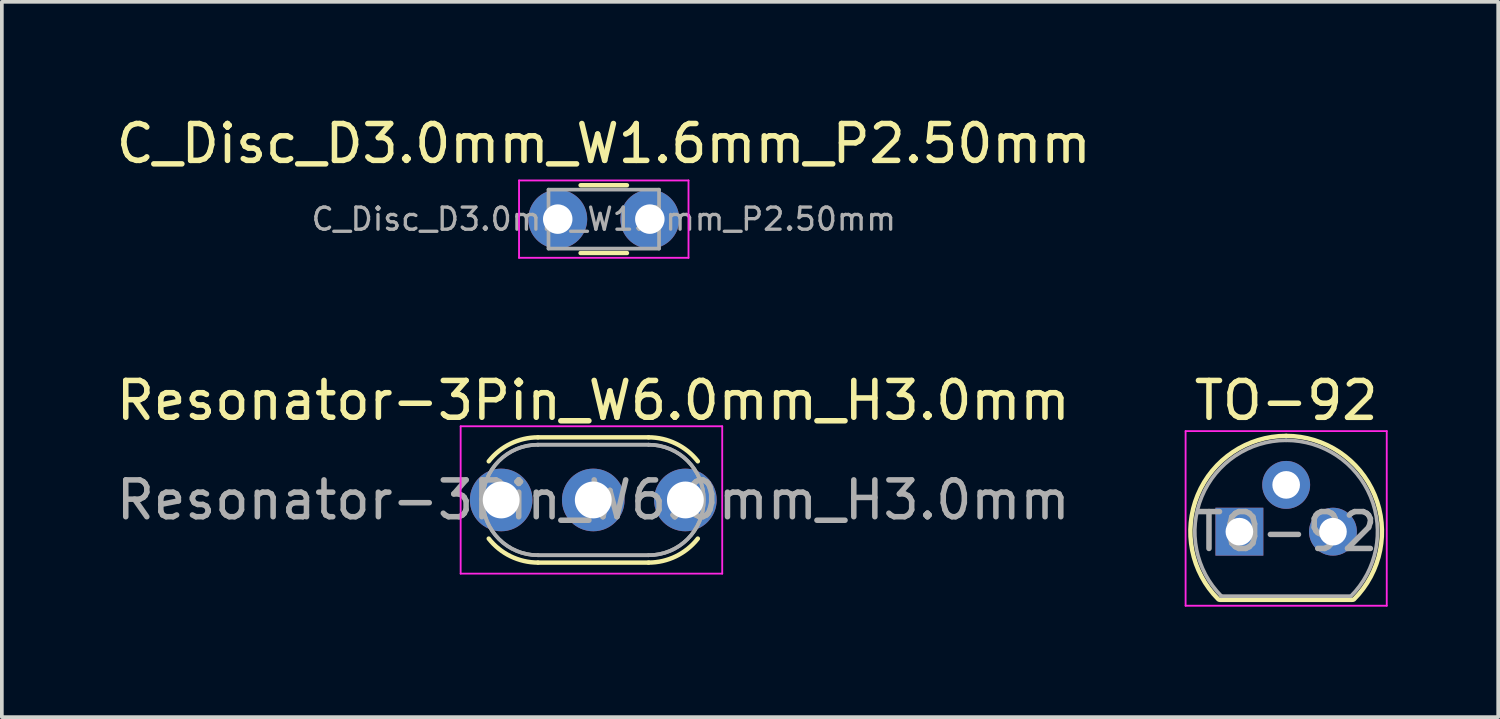
<source format=kicad_pcb>
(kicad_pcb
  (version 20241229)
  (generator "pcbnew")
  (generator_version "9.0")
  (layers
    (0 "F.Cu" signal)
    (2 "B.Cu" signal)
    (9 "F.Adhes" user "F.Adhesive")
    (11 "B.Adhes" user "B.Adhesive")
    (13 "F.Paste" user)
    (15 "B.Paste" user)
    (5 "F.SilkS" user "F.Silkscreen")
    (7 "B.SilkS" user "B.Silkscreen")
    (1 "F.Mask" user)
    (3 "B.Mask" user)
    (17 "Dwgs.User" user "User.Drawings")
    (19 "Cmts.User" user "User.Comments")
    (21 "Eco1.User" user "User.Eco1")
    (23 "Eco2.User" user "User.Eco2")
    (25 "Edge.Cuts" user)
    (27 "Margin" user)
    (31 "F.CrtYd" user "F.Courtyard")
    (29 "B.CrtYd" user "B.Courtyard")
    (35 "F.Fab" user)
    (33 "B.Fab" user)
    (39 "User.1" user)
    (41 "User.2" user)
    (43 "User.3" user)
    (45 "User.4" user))
  (footprint "Resonator-3Pin_W6.0mm_H3.0mm"
    (layer "F.Cu")
    (at 10.554 10.521)
    (property "Reference" "Resonator-3Pin_W6.0mm_H3.0mm" (at 2.5 -2.7 0) (layer "F.SilkS") (effects (font (size 1 1) (thickness 0.15))))
    (attr through_hole)
    (fp_line (start 1 -1.7) (end 4 -1.7) (stroke (width 0.12) (type solid)) (layer "F.SilkS"))
    (fp_line (start 1 1.7) (end 4 1.7) (stroke (width 0.12) (type solid)) (layer "F.SilkS"))
    (fp_arc (start -0.33779 -1.048961) (mid 0.256102 -1.5286) (end 1 -1.7) (stroke (width 0.12) (type solid)) (layer "F.SilkS"))
    (fp_arc (start 1 1.7) (mid 0.256103 1.5286) (end -0.33779 1.048961) (stroke (width 0.12) (type solid)) (layer "F.SilkS"))
    (fp_arc (start 4 -1.7) (mid 4.743897 -1.5286) (end 5.33779 -1.048961) (stroke (width 0.12) (type solid)) (layer "F.SilkS"))
    (fp_arc (start 5.33779 1.048961) (mid 4.743898 1.5286) (end 4 1.7) (stroke (width 0.12) (type solid)) (layer "F.SilkS"))
    (fp_line (start -1.1 -2) (end -1.1 2) (stroke (width 0.05) (type solid)) (layer "F.CrtYd"))
    (fp_line (start -1.1 2) (end 6 2) (stroke (width 0.05) (type solid)) (layer "F.CrtYd"))
    (fp_line (start 6 -2) (end -1.1 -2) (stroke (width 0.05) (type solid)) (layer "F.CrtYd"))
    (fp_line (start 6 2) (end 6 -2) (stroke (width 0.05) (type solid)) (layer "F.CrtYd"))
    (fp_line (start 1 -1.5) (end 4 -1.5) (stroke (width 0.1) (type solid)) (layer "F.Fab"))
    (fp_line (start 1 -1.5) (end 4 -1.5) (stroke (width 0.1) (type solid)) (layer "F.Fab"))
    (fp_line (start 1 1.5) (end 4 1.5) (stroke (width 0.1) (type solid)) (layer "F.Fab"))
    (fp_line (start 1 1.5) (end 4 1.5) (stroke (width 0.1) (type solid)) (layer "F.Fab"))
    (fp_arc (start 1 1.5) (mid -0.5 0) (end 1 -1.5) (stroke (width 0.1) (type solid)) (layer "F.Fab"))
    (fp_arc (start 1 1.5) (mid -0.5 0) (end 1 -1.5) (stroke (width 0.1) (type solid)) (layer "F.Fab"))
    (fp_arc (start 4 -1.5) (mid 5.5 0) (end 4 1.5) (stroke (width 0.1) (type solid)) (layer "F.Fab"))
    (fp_arc (start 4 -1.5) (mid 5.5 0) (end 4 1.5) (stroke (width 0.1) (type solid)) (layer "F.Fab"))
    (fp_text user "${REFERENCE}" (at 2.5 0 0) (layer "F.Fab") (effects (font (size 1 1) (thickness 0.15))))
    (pad "1" thru_hole circle (at 0 0) (size 1.7 1.7) (drill 1) (layers "*.Cu" "*.Mask"))
    (pad "2" thru_hole circle (at 2.5 0) (size 1.7 1.7) (drill 1) (layers "*.Cu" "*.Mask"))
    (pad "3" thru_hole circle (at 5 0) (size 1.7 1.7) (drill 1) (layers "*.Cu" "*.Mask")))
  (footprint "C_Disc_D3.0mm_W1.6mm_P2.50mm"
    (layer "F.Cu")
    (at 12.089 2.898)
    (property "Reference" "C_Disc_D3.0mm_W1.6mm_P2.50mm" (at 1.25 -2.05 0) (layer "F.SilkS") (effects (font (size 1 1) (thickness 0.15))))
    (attr through_hole)
    (fp_line (start 0.621 -0.92) (end 1.879 -0.92) (stroke (width 0.12) (type solid)) (layer "F.SilkS"))
    (fp_line (start 0.621 0.92) (end 1.879 0.92) (stroke (width 0.12) (type solid)) (layer "F.SilkS"))
    (fp_line (start -1.05 -1.05) (end -1.05 1.05) (stroke (width 0.05) (type solid)) (layer "F.CrtYd"))
    (fp_line (start -1.05 1.05) (end 3.55 1.05) (stroke (width 0.05) (type solid)) (layer "F.CrtYd"))
    (fp_line (start 3.55 -1.05) (end -1.05 -1.05) (stroke (width 0.05) (type solid)) (layer "F.CrtYd"))
    (fp_line (start 3.55 1.05) (end 3.55 -1.05) (stroke (width 0.05) (type solid)) (layer "F.CrtYd"))
    (fp_line (start -0.25 -0.8) (end -0.25 0.8) (stroke (width 0.1) (type solid)) (layer "F.Fab"))
    (fp_line (start -0.25 0.8) (end 2.75 0.8) (stroke (width 0.1) (type solid)) (layer "F.Fab"))
    (fp_line (start 2.75 -0.8) (end -0.25 -0.8) (stroke (width 0.1) (type solid)) (layer "F.Fab"))
    (fp_line (start 2.75 0.8) (end 2.75 -0.8) (stroke (width 0.1) (type solid)) (layer "F.Fab"))
    (fp_text user "${REFERENCE}" (at 1.25 0 0) (layer "F.Fab") (effects (font (size 0.6 0.6) (thickness 0.09))))
    (pad "1" thru_hole circle (at 0 0) (size 1.6 1.6) (drill 0.8) (layers "*.Cu" "*.Mask"))
    (pad "2" thru_hole circle (at 2.5 0) (size 1.6 1.6) (drill 0.8) (layers "*.Cu" "*.Mask")))
  (footprint "TO-92"
    (layer "F.Cu")
    (at 30.592 11.382)
    (property "Reference" "TO-92" (at 1.27 -3.56 0) (layer "F.SilkS") (effects (font (size 1 1) (thickness 0.15))))
    (attr through_hole)
    (fp_line (start -0.53 1.85) (end 3.07 1.85) (stroke (width 0.12) (type solid)) (layer "F.SilkS"))
    (fp_arc (start -0.568478 1.838478) (mid -1.132087 -0.994977) (end 1.27 -2.6) (stroke (width 0.12) (type solid)) (layer "F.SilkS"))
    (fp_arc (start 1.27 -2.6) (mid 3.672087 -0.994977) (end 3.108478 1.838478) (stroke (width 0.12) (type solid)) (layer "F.SilkS"))
    (fp_line (start -1.46 -2.73) (end -1.46 2.01) (stroke (width 0.05) (type solid)) (layer "F.CrtYd"))
    (fp_line (start -1.46 -2.73) (end 4 -2.73) (stroke (width 0.05) (type solid)) (layer "F.CrtYd"))
    (fp_line (start 4 2.01) (end -1.46 2.01) (stroke (width 0.05) (type solid)) (layer "F.CrtYd"))
    (fp_line (start 4 2.01) (end 4 -2.73) (stroke (width 0.05) (type solid)) (layer "F.CrtYd"))
    (fp_line (start -0.5 1.75) (end 3 1.75) (stroke (width 0.1) (type solid)) (layer "F.Fab"))
    (fp_arc (start -0.483625 1.753625) (mid -1.021221 -0.949055) (end 1.27 -2.48) (stroke (width 0.1) (type solid)) (layer "F.Fab"))
    (fp_arc (start 1.27 -2.48) (mid 3.561221 -0.949055) (end 3.023625 1.753625) (stroke (width 0.1) (type solid)) (layer "F.Fab"))
    (fp_text user "${REFERENCE}" (at 1.27 0 0) (layer "F.Fab") (effects (font (size 1 1) (thickness 0.15))))
    (pad "1" thru_hole rect (at 0 0) (size 1.3 1.3) (drill 0.75) (layers "*.Cu" "*.Mask"))
    (pad "2" thru_hole circle (at 1.27 -1.27) (size 1.3 1.3) (drill 0.75) (layers "*.Cu" "*.Mask"))
    (pad "3" thru_hole circle (at 2.54 0) (size 1.3 1.3) (drill 0.75) (layers "*.Cu" "*.Mask")))
  (gr_rect
    (start -3 -3)
    (end 37.617 16.416)
    (stroke (width 0.1) (type default))
    (fill no)
    (layer "Edge.Cuts")))
</source>
